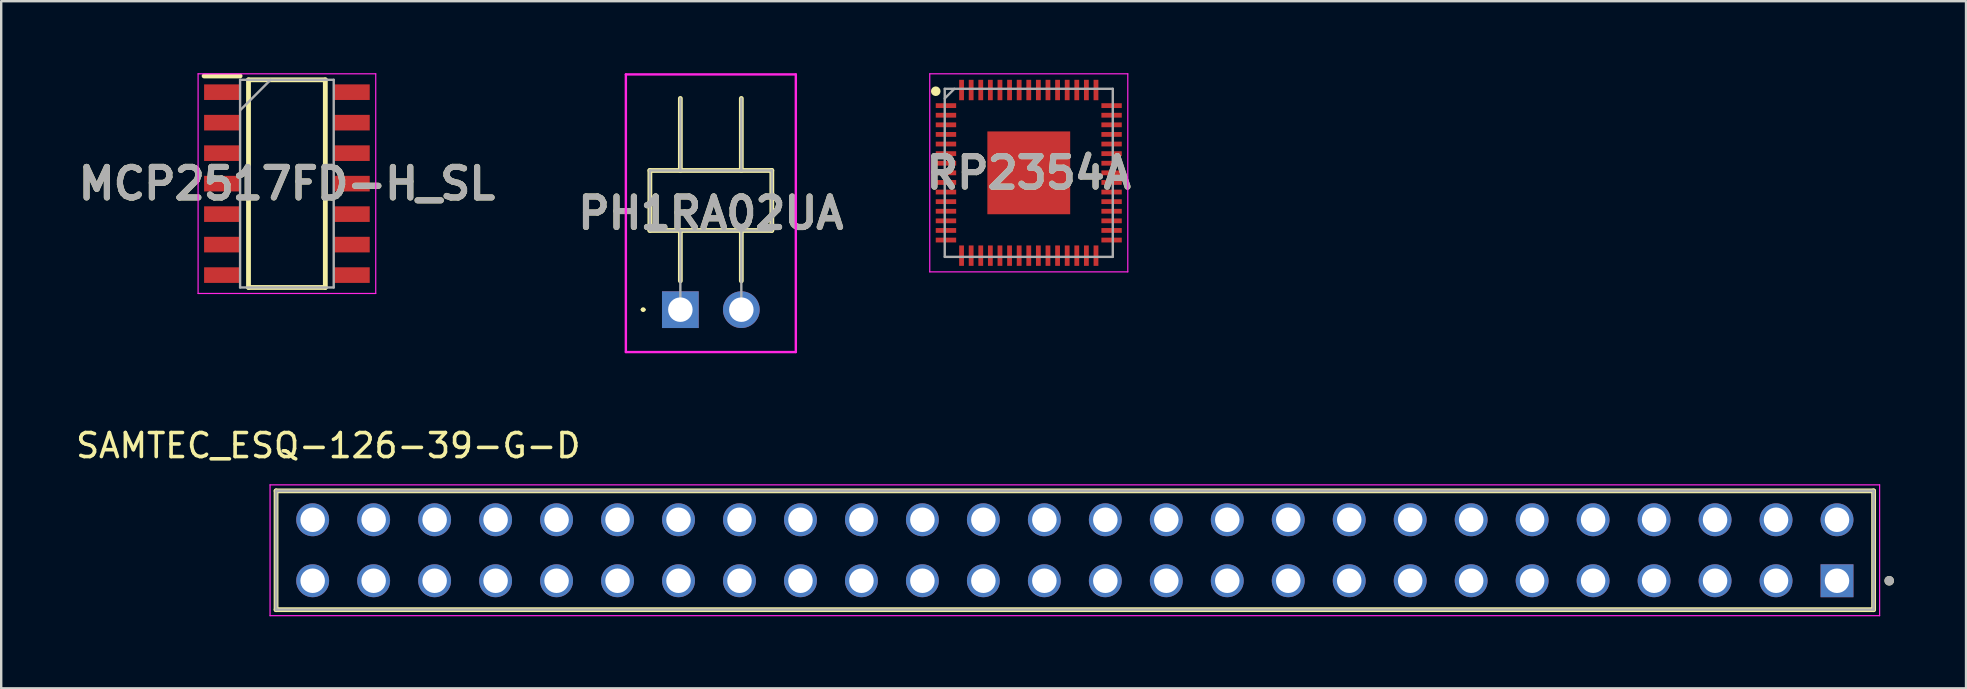
<source format=kicad_pcb>
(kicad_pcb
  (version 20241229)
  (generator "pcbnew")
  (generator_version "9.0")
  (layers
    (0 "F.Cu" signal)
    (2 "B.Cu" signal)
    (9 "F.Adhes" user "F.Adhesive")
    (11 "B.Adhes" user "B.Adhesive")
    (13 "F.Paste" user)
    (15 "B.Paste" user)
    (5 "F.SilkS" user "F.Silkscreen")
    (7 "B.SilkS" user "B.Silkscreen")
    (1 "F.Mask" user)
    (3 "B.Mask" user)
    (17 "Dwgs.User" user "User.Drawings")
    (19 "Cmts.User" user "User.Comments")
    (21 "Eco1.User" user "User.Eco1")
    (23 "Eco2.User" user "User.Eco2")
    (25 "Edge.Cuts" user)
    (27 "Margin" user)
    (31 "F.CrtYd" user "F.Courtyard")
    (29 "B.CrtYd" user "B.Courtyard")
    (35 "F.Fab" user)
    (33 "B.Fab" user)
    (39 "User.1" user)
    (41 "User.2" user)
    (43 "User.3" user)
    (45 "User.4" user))
  (footprint "RP2354A"
    (layer "F.Cu")
    (at 39.806 4.15)
    (property "Reference" "RP2354A" (at 0 0 0) (layer "F.SilkS") (effects (font (size 1.27 1.27) (thickness 0.254))))
    (attr smd)
    (fp_circle (center -3.875 -3.4) (end -3.875 -3.3) (stroke (width 0.2) (type solid)) (fill no) (layer "F.SilkS"))
    (fp_line (start -4.125 -4.125) (end 4.125 -4.125) (stroke (width 0.05) (type solid)) (layer "F.CrtYd"))
    (fp_line (start -4.125 4.125) (end -4.125 -4.125) (stroke (width 0.05) (type solid)) (layer "F.CrtYd"))
    (fp_line (start 4.125 -4.125) (end 4.125 4.125) (stroke (width 0.05) (type solid)) (layer "F.CrtYd"))
    (fp_line (start 4.125 4.125) (end -4.125 4.125) (stroke (width 0.05) (type solid)) (layer "F.CrtYd"))
    (fp_line (start -3.5 -3.5) (end 3.5 -3.5) (stroke (width 0.1) (type solid)) (layer "F.Fab"))
    (fp_line (start -3.5 -3.1) (end -3.1 -3.5) (stroke (width 0.1) (type solid)) (layer "F.Fab"))
    (fp_line (start -3.5 3.5) (end -3.5 -3.5) (stroke (width 0.1) (type solid)) (layer "F.Fab"))
    (fp_line (start 3.5 -3.5) (end 3.5 3.5) (stroke (width 0.1) (type solid)) (layer "F.Fab"))
    (fp_line (start 3.5 3.5) (end -3.5 3.5) (stroke (width 0.1) (type solid)) (layer "F.Fab"))
    (fp_text user "${REFERENCE}" (at 0 0 0) (layer "F.Fab") (effects (font (size 1.27 1.27) (thickness 0.254))))
    (pad "1" smd rect (at -3.45 -2.8 90) (size 0.2 0.85) (layers "F.Cu" "F.Mask" "F.Paste"))
    (pad "2" smd rect (at -3.45 -2.4 90) (size 0.2 0.85) (layers "F.Cu" "F.Mask" "F.Paste"))
    (pad "3" smd rect (at -3.45 -2 90) (size 0.2 0.85) (layers "F.Cu" "F.Mask" "F.Paste"))
    (pad "4" smd rect (at -3.45 -1.6 90) (size 0.2 0.85) (layers "F.Cu" "F.Mask" "F.Paste"))
    (pad "5" smd rect (at -3.45 -1.2 90) (size 0.2 0.85) (layers "F.Cu" "F.Mask" "F.Paste"))
    (pad "6" smd rect (at -3.45 -0.8 90) (size 0.2 0.85) (layers "F.Cu" "F.Mask" "F.Paste"))
    (pad "7" smd rect (at -3.45 -0.4 90) (size 0.2 0.85) (layers "F.Cu" "F.Mask" "F.Paste"))
    (pad "8" smd rect (at -3.45 0 90) (size 0.2 0.85) (layers "F.Cu" "F.Mask" "F.Paste"))
    (pad "9" smd rect (at -3.45 0.4 90) (size 0.2 0.85) (layers "F.Cu" "F.Mask" "F.Paste"))
    (pad "10" smd rect (at -3.45 0.8 90) (size 0.2 0.85) (layers "F.Cu" "F.Mask" "F.Paste"))
    (pad "11" smd rect (at -3.45 1.2 90) (size 0.2 0.85) (layers "F.Cu" "F.Mask" "F.Paste"))
    (pad "12" smd rect (at -3.45 1.6 90) (size 0.2 0.85) (layers "F.Cu" "F.Mask" "F.Paste"))
    (pad "13" smd rect (at -3.45 2 90) (size 0.2 0.85) (layers "F.Cu" "F.Mask" "F.Paste"))
    (pad "14" smd rect (at -3.45 2.4 90) (size 0.2 0.85) (layers "F.Cu" "F.Mask" "F.Paste"))
    (pad "15" smd rect (at -3.45 2.8 90) (size 0.2 0.85) (layers "F.Cu" "F.Mask" "F.Paste"))
    (pad "16" smd rect (at -2.8 3.45) (size 0.2 0.85) (layers "F.Cu" "F.Mask" "F.Paste"))
    (pad "17" smd rect (at -2.4 3.45) (size 0.2 0.85) (layers "F.Cu" "F.Mask" "F.Paste"))
    (pad "18" smd rect (at -2 3.45) (size 0.2 0.85) (layers "F.Cu" "F.Mask" "F.Paste"))
    (pad "19" smd rect (at -1.6 3.45) (size 0.2 0.85) (layers "F.Cu" "F.Mask" "F.Paste"))
    (pad "20" smd rect (at -1.2 3.45) (size 0.2 0.85) (layers "F.Cu" "F.Mask" "F.Paste"))
    (pad "21" smd rect (at -0.8 3.45) (size 0.2 0.85) (layers "F.Cu" "F.Mask" "F.Paste"))
    (pad "22" smd rect (at -0.4 3.45) (size 0.2 0.85) (layers "F.Cu" "F.Mask" "F.Paste"))
    (pad "23" smd rect (at 0 3.45) (size 0.2 0.85) (layers "F.Cu" "F.Mask" "F.Paste"))
    (pad "24" smd rect (at 0.4 3.45) (size 0.2 0.85) (layers "F.Cu" "F.Mask" "F.Paste"))
    (pad "25" smd rect (at 0.8 3.45) (size 0.2 0.85) (layers "F.Cu" "F.Mask" "F.Paste"))
    (pad "26" smd rect (at 1.2 3.45) (size 0.2 0.85) (layers "F.Cu" "F.Mask" "F.Paste"))
    (pad "27" smd rect (at 1.6 3.45) (size 0.2 0.85) (layers "F.Cu" "F.Mask" "F.Paste"))
    (pad "28" smd rect (at 2 3.45) (size 0.2 0.85) (layers "F.Cu" "F.Mask" "F.Paste"))
    (pad "29" smd rect (at 2.4 3.45) (size 0.2 0.85) (layers "F.Cu" "F.Mask" "F.Paste"))
    (pad "30" smd rect (at 2.8 3.45) (size 0.2 0.85) (layers "F.Cu" "F.Mask" "F.Paste"))
    (pad "31" smd rect (at 3.45 2.8 90) (size 0.2 0.85) (layers "F.Cu" "F.Mask" "F.Paste"))
    (pad "32" smd rect (at 3.45 2.4 90) (size 0.2 0.85) (layers "F.Cu" "F.Mask" "F.Paste"))
    (pad "33" smd rect (at 3.45 2 90) (size 0.2 0.85) (layers "F.Cu" "F.Mask" "F.Paste"))
    (pad "34" smd rect (at 3.45 1.6 90) (size 0.2 0.85) (layers "F.Cu" "F.Mask" "F.Paste"))
    (pad "35" smd rect (at 3.45 1.2 90) (size 0.2 0.85) (layers "F.Cu" "F.Mask" "F.Paste"))
    (pad "36" smd rect (at 3.45 0.8 90) (size 0.2 0.85) (layers "F.Cu" "F.Mask" "F.Paste"))
    (pad "37" smd rect (at 3.45 0.4 90) (size 0.2 0.85) (layers "F.Cu" "F.Mask" "F.Paste"))
    (pad "38" smd rect (at 3.45 0 90) (size 0.2 0.85) (layers "F.Cu" "F.Mask" "F.Paste"))
    (pad "39" smd rect (at 3.45 -0.4 90) (size 0.2 0.85) (layers "F.Cu" "F.Mask" "F.Paste"))
    (pad "40" smd rect (at 3.45 -0.8 90) (size 0.2 0.85) (layers "F.Cu" "F.Mask" "F.Paste"))
    (pad "41" smd rect (at 3.45 -1.2 90) (size 0.2 0.85) (layers "F.Cu" "F.Mask" "F.Paste"))
    (pad "42" smd rect (at 3.45 -1.6 90) (size 0.2 0.85) (layers "F.Cu" "F.Mask" "F.Paste"))
    (pad "43" smd rect (at 3.45 -2 90) (size 0.2 0.85) (layers "F.Cu" "F.Mask" "F.Paste"))
    (pad "44" smd rect (at 3.45 -2.4 90) (size 0.2 0.85) (layers "F.Cu" "F.Mask" "F.Paste"))
    (pad "45" smd rect (at 3.45 -2.8 90) (size 0.2 0.85) (layers "F.Cu" "F.Mask" "F.Paste"))
    (pad "46" smd rect (at 2.8 -3.45) (size 0.2 0.85) (layers "F.Cu" "F.Mask" "F.Paste"))
    (pad "47" smd rect (at 2.4 -3.45) (size 0.2 0.85) (layers "F.Cu" "F.Mask" "F.Paste"))
    (pad "48" smd rect (at 2 -3.45) (size 0.2 0.85) (layers "F.Cu" "F.Mask" "F.Paste"))
    (pad "49" smd rect (at 1.6 -3.45) (size 0.2 0.85) (layers "F.Cu" "F.Mask" "F.Paste"))
    (pad "50" smd rect (at 1.2 -3.45) (size 0.2 0.85) (layers "F.Cu" "F.Mask" "F.Paste"))
    (pad "51" smd rect (at 0.8 -3.45) (size 0.2 0.85) (layers "F.Cu" "F.Mask" "F.Paste"))
    (pad "52" smd rect (at 0.4 -3.45) (size 0.2 0.85) (layers "F.Cu" "F.Mask" "F.Paste"))
    (pad "53" smd rect (at 0 -3.45) (size 0.2 0.85) (layers "F.Cu" "F.Mask" "F.Paste"))
    (pad "54" smd rect (at -0.4 -3.45) (size 0.2 0.85) (layers "F.Cu" "F.Mask" "F.Paste"))
    (pad "55" smd rect (at -0.8 -3.45) (size 0.2 0.85) (layers "F.Cu" "F.Mask" "F.Paste"))
    (pad "56" smd rect (at -1.2 -3.45) (size 0.2 0.85) (layers "F.Cu" "F.Mask" "F.Paste"))
    (pad "57" smd rect (at -1.6 -3.45) (size 0.2 0.85) (layers "F.Cu" "F.Mask" "F.Paste"))
    (pad "58" smd rect (at -2 -3.45) (size 0.2 0.85) (layers "F.Cu" "F.Mask" "F.Paste"))
    (pad "59" smd rect (at -2.4 -3.45) (size 0.2 0.85) (layers "F.Cu" "F.Mask" "F.Paste"))
    (pad "60" smd rect (at -2.8 -3.45) (size 0.2 0.85) (layers "F.Cu" "F.Mask" "F.Paste"))
    (pad "61" smd rect (at 0 0) (size 3.45 3.45) (layers "F.Cu" "F.Mask" "F.Paste")))
  (footprint "PH1RA02UA"
    (layer "F.Cu")
    (at 25.292 9.85)
    (property "Reference" "PH1RA02UA" (at 1.27 -4.018 0) (layer "F.SilkS") (effects (font (size 1.27 1.27) (thickness 0.254))))
    (attr through_hole)
    (fp_line (start -1.6 0) (end -1.6 0) (stroke (width 0.1) (type solid)) (layer "F.SilkS"))
    (fp_line (start -1.5 0) (end -1.5 0) (stroke (width 0.1) (type solid)) (layer "F.SilkS"))
    (fp_line (start -1.27 -5.8) (end -1.27 -3.3) (stroke (width 0.2) (type solid)) (layer "F.SilkS"))
    (fp_line (start -1.27 -3.3) (end 3.81 -3.3) (stroke (width 0.2) (type solid)) (layer "F.SilkS"))
    (fp_line (start 0 -5.8) (end 0 -8.8) (stroke (width 0.2) (type solid)) (layer "F.SilkS"))
    (fp_line (start 0 -1.2) (end 0 -3.3) (stroke (width 0.2) (type solid)) (layer "F.SilkS"))
    (fp_line (start 2.54 -5.8) (end 2.54 -8.8) (stroke (width 0.2) (type solid)) (layer "F.SilkS"))
    (fp_line (start 2.54 -1.2) (end 2.54 -3.3) (stroke (width 0.2) (type solid)) (layer "F.SilkS"))
    (fp_line (start 3.81 -5.8) (end -1.27 -5.8) (stroke (width 0.2) (type solid)) (layer "F.SilkS"))
    (fp_line (start 3.81 -3.3) (end 3.81 -5.8) (stroke (width 0.2) (type solid)) (layer "F.SilkS"))
    (fp_arc (start -1.6 0) (mid -1.55 -0.05) (end -1.5 0) (stroke (width 0.1) (type solid)) (layer "F.SilkS"))
    (fp_arc (start -1.5 0) (mid -1.55 0.05) (end -1.6 0) (stroke (width 0.1) (type solid)) (layer "F.SilkS"))
    (fp_line (start -2.27 -9.8) (end -2.27 1.765) (stroke (width 0.1) (type solid)) (layer "F.CrtYd"))
    (fp_line (start -2.27 1.765) (end 4.81 1.765) (stroke (width 0.1) (type solid)) (layer "F.CrtYd"))
    (fp_line (start 4.81 -9.8) (end -2.27 -9.8) (stroke (width 0.1) (type solid)) (layer "F.CrtYd"))
    (fp_line (start 4.81 1.765) (end 4.81 -9.8) (stroke (width 0.1) (type solid)) (layer "F.CrtYd"))
    (fp_line (start -1.27 -5.8) (end 3.81 -5.8) (stroke (width 0.1) (type solid)) (layer "F.Fab"))
    (fp_line (start -1.27 -3.3) (end -1.27 -5.8) (stroke (width 0.1) (type solid)) (layer "F.Fab"))
    (fp_line (start 0 -5.8) (end 0 -8.8) (stroke (width 0.1) (type solid)) (layer "F.Fab"))
    (fp_line (start 0 0) (end 0 -3.3) (stroke (width 0.1) (type solid)) (layer "F.Fab"))
    (fp_line (start 2.54 -5.8) (end 2.54 -8.8) (stroke (width 0.1) (type solid)) (layer "F.Fab"))
    (fp_line (start 2.54 0) (end 2.54 -3.3) (stroke (width 0.1) (type solid)) (layer "F.Fab"))
    (fp_line (start 3.81 -5.8) (end 3.81 -3.3) (stroke (width 0.1) (type solid)) (layer "F.Fab"))
    (fp_line (start 3.81 -3.3) (end -1.27 -3.3) (stroke (width 0.1) (type solid)) (layer "F.Fab"))
    (fp_text user "${REFERENCE}" (at 1.27 -4.018 0) (layer "F.Fab") (effects (font (size 1.27 1.27) (thickness 0.254))))
    (pad "1" thru_hole rect (at 0 0) (size 1.53 1.53) (drill 1.02) (layers "*.Cu" "*.Mask"))
    (pad "2" thru_hole circle (at 2.54 0) (size 1.53 1.53) (drill 1.02) (layers "*.Cu" "*.Mask")))
  (footprint "SAMTEC_ESQ-126-39-G-D"
    (layer "F.Cu")
    (at 73.475 21.143)
    (property "Reference" "SAMTEC_ESQ-126-39-G-D" (at -62.85 -5.63 0) (layer "F.SilkS") (effects (font (size 1 1) (thickness 0.15))))
    (attr through_hole)
    (fp_line (start -65.025 1.205) (end -65.025 -3.745) (stroke (width 0.2) (type solid)) (layer "F.SilkS"))
    (fp_line (start 1.525 -3.745) (end -65.025 -3.745) (stroke (width 0.2) (type solid)) (layer "F.SilkS"))
    (fp_line (start 1.525 -3.745) (end 1.525 1.205) (stroke (width 0.2) (type solid)) (layer "F.SilkS"))
    (fp_line (start 1.525 1.205) (end -65.025 1.205) (stroke (width 0.2) (type solid)) (layer "F.SilkS"))
    (fp_circle (center 2.175 0) (end 2.275 0) (stroke (width 0.2) (type solid)) (fill no) (layer "F.SilkS"))
    (fp_line (start -65.275 -3.995) (end 1.775 -3.995) (stroke (width 0.05) (type solid)) (layer "F.CrtYd"))
    (fp_line (start -65.275 1.455) (end -65.275 -3.995) (stroke (width 0.05) (type solid)) (layer "F.CrtYd"))
    (fp_line (start 1.775 -3.995) (end 1.775 1.455) (stroke (width 0.05) (type solid)) (layer "F.CrtYd"))
    (fp_line (start 1.775 1.455) (end -65.275 1.455) (stroke (width 0.05) (type solid)) (layer "F.CrtYd"))
    (fp_line (start -65.025 -3.745) (end 1.525 -3.745) (stroke (width 0.1) (type solid)) (layer "F.Fab"))
    (fp_line (start -65.025 -3.745) (end 1.525 -3.745) (stroke (width 0.1) (type solid)) (layer "F.Fab"))
    (fp_line (start -65.025 1.205) (end -65.025 -3.745) (stroke (width 0.1) (type solid)) (layer "F.Fab"))
    (fp_line (start -65.025 1.205) (end -65.025 -3.745) (stroke (width 0.1) (type solid)) (layer "F.Fab"))
    (fp_line (start 1.525 -3.745) (end 1.525 1.205) (stroke (width 0.1) (type solid)) (layer "F.Fab"))
    (fp_line (start 1.525 -3.745) (end 1.525 1.205) (stroke (width 0.1) (type solid)) (layer "F.Fab"))
    (fp_line (start 1.525 1.205) (end -65.025 1.205) (stroke (width 0.1) (type solid)) (layer "F.Fab"))
    (fp_circle (center 2.175 0) (end 2.275 0) (stroke (width 0.2) (type solid)) (fill no) (layer "F.Fab"))
    (pad "01" thru_hole rect (at 0 0) (size 1.37 1.37) (drill 1.02) (layers "*.Cu" "*.Mask"))
    (pad "02" thru_hole circle (at 0 -2.54) (size 1.37 1.37) (drill 1.02) (layers "*.Cu" "*.Mask"))
    (pad "03" thru_hole circle (at -2.54 0) (size 1.37 1.37) (drill 1.02) (layers "*.Cu" "*.Mask"))
    (pad "04" thru_hole circle (at -2.54 -2.54) (size 1.37 1.37) (drill 1.02) (layers "*.Cu" "*.Mask"))
    (pad "05" thru_hole circle (at -5.08 0) (size 1.37 1.37) (drill 1.02) (layers "*.Cu" "*.Mask"))
    (pad "06" thru_hole circle (at -5.08 -2.54) (size 1.37 1.37) (drill 1.02) (layers "*.Cu" "*.Mask"))
    (pad "07" thru_hole circle (at -7.62 0) (size 1.37 1.37) (drill 1.02) (layers "*.Cu" "*.Mask"))
    (pad "08" thru_hole circle (at -7.62 -2.54) (size 1.37 1.37) (drill 1.02) (layers "*.Cu" "*.Mask"))
    (pad "09" thru_hole circle (at -10.16 0) (size 1.37 1.37) (drill 1.02) (layers "*.Cu" "*.Mask"))
    (pad "10" thru_hole circle (at -10.16 -2.54) (size 1.37 1.37) (drill 1.02) (layers "*.Cu" "*.Mask"))
    (pad "11" thru_hole circle (at -12.7 0) (size 1.37 1.37) (drill 1.02) (layers "*.Cu" "*.Mask"))
    (pad "12" thru_hole circle (at -12.7 -2.54) (size 1.37 1.37) (drill 1.02) (layers "*.Cu" "*.Mask"))
    (pad "13" thru_hole circle (at -15.24 0) (size 1.37 1.37) (drill 1.02) (layers "*.Cu" "*.Mask"))
    (pad "14" thru_hole circle (at -15.24 -2.54) (size 1.37 1.37) (drill 1.02) (layers "*.Cu" "*.Mask"))
    (pad "15" thru_hole circle (at -17.78 0) (size 1.37 1.37) (drill 1.02) (layers "*.Cu" "*.Mask"))
    (pad "16" thru_hole circle (at -17.78 -2.54) (size 1.37 1.37) (drill 1.02) (layers "*.Cu" "*.Mask"))
    (pad "17" thru_hole circle (at -20.32 0) (size 1.37 1.37) (drill 1.02) (layers "*.Cu" "*.Mask"))
    (pad "18" thru_hole circle (at -20.32 -2.54) (size 1.37 1.37) (drill 1.02) (layers "*.Cu" "*.Mask"))
    (pad "19" thru_hole circle (at -22.86 0) (size 1.37 1.37) (drill 1.02) (layers "*.Cu" "*.Mask"))
    (pad "20" thru_hole circle (at -22.86 -2.54) (size 1.37 1.37) (drill 1.02) (layers "*.Cu" "*.Mask"))
    (pad "21" thru_hole circle (at -25.4 0) (size 1.37 1.37) (drill 1.02) (layers "*.Cu" "*.Mask"))
    (pad "22" thru_hole circle (at -25.4 -2.54) (size 1.37 1.37) (drill 1.02) (layers "*.Cu" "*.Mask"))
    (pad "23" thru_hole circle (at -27.94 0) (size 1.37 1.37) (drill 1.02) (layers "*.Cu" "*.Mask"))
    (pad "24" thru_hole circle (at -27.94 -2.54) (size 1.37 1.37) (drill 1.02) (layers "*.Cu" "*.Mask"))
    (pad "25" thru_hole circle (at -30.48 0) (size 1.37 1.37) (drill 1.02) (layers "*.Cu" "*.Mask"))
    (pad "26" thru_hole circle (at -30.48 -2.54) (size 1.37 1.37) (drill 1.02) (layers "*.Cu" "*.Mask"))
    (pad "27" thru_hole circle (at -33.02 0) (size 1.37 1.37) (drill 1.02) (layers "*.Cu" "*.Mask"))
    (pad "28" thru_hole circle (at -33.02 -2.54) (size 1.37 1.37) (drill 1.02) (layers "*.Cu" "*.Mask"))
    (pad "29" thru_hole circle (at -35.56 0) (size 1.37 1.37) (drill 1.02) (layers "*.Cu" "*.Mask"))
    (pad "30" thru_hole circle (at -35.56 -2.54) (size 1.37 1.37) (drill 1.02) (layers "*.Cu" "*.Mask"))
    (pad "31" thru_hole circle (at -38.1 0) (size 1.37 1.37) (drill 1.02) (layers "*.Cu" "*.Mask"))
    (pad "32" thru_hole circle (at -38.1 -2.54) (size 1.37 1.37) (drill 1.02) (layers "*.Cu" "*.Mask"))
    (pad "33" thru_hole circle (at -40.64 0) (size 1.37 1.37) (drill 1.02) (layers "*.Cu" "*.Mask"))
    (pad "34" thru_hole circle (at -40.64 -2.54) (size 1.37 1.37) (drill 1.02) (layers "*.Cu" "*.Mask"))
    (pad "35" thru_hole circle (at -43.18 0) (size 1.37 1.37) (drill 1.02) (layers "*.Cu" "*.Mask"))
    (pad "36" thru_hole circle (at -43.18 -2.54) (size 1.37 1.37) (drill 1.02) (layers "*.Cu" "*.Mask"))
    (pad "37" thru_hole circle (at -45.72 0) (size 1.37 1.37) (drill 1.02) (layers "*.Cu" "*.Mask"))
    (pad "38" thru_hole circle (at -45.72 -2.54) (size 1.37 1.37) (drill 1.02) (layers "*.Cu" "*.Mask"))
    (pad "39" thru_hole circle (at -48.26 0) (size 1.37 1.37) (drill 1.02) (layers "*.Cu" "*.Mask"))
    (pad "40" thru_hole circle (at -48.26 -2.54) (size 1.37 1.37) (drill 1.02) (layers "*.Cu" "*.Mask"))
    (pad "41" thru_hole circle (at -50.8 0) (size 1.37 1.37) (drill 1.02) (layers "*.Cu" "*.Mask"))
    (pad "42" thru_hole circle (at -50.8 -2.54) (size 1.37 1.37) (drill 1.02) (layers "*.Cu" "*.Mask"))
    (pad "43" thru_hole circle (at -53.34 0) (size 1.37 1.37) (drill 1.02) (layers "*.Cu" "*.Mask"))
    (pad "44" thru_hole circle (at -53.34 -2.54) (size 1.37 1.37) (drill 1.02) (layers "*.Cu" "*.Mask"))
    (pad "45" thru_hole circle (at -55.88 0) (size 1.37 1.37) (drill 1.02) (layers "*.Cu" "*.Mask"))
    (pad "46" thru_hole circle (at -55.88 -2.54) (size 1.37 1.37) (drill 1.02) (layers "*.Cu" "*.Mask"))
    (pad "47" thru_hole circle (at -58.42 0) (size 1.37 1.37) (drill 1.02) (layers "*.Cu" "*.Mask"))
    (pad "48" thru_hole circle (at -58.42 -2.54) (size 1.37 1.37) (drill 1.02) (layers "*.Cu" "*.Mask"))
    (pad "49" thru_hole circle (at -60.96 0) (size 1.37 1.37) (drill 1.02) (layers "*.Cu" "*.Mask"))
    (pad "50" thru_hole circle (at -60.96 -2.54) (size 1.37 1.37) (drill 1.02) (layers "*.Cu" "*.Mask"))
    (pad "51" thru_hole circle (at -63.5 0) (size 1.37 1.37) (drill 1.02) (layers "*.Cu" "*.Mask"))
    (pad "52" thru_hole circle (at -63.5 -2.54) (size 1.37 1.37) (drill 1.02) (layers "*.Cu" "*.Mask")))
  (footprint "MCP2517FD-H_SL"
    (layer "F.Cu")
    (at 8.902 4.6)
    (property "Reference" "MCP2517FD-H_SL" (at 0 0 0) (layer "F.SilkS") (effects (font (size 1.27 1.27) (thickness 0.254))))
    (attr smd)
    (fp_line (start -3.45 -4.485) (end -1.95 -4.485) (stroke (width 0.2) (type solid)) (layer "F.SilkS"))
    (fp_line (start -1.6 -4.325) (end 1.6 -4.325) (stroke (width 0.2) (type solid)) (layer "F.SilkS"))
    (fp_line (start -1.6 4.325) (end -1.6 -4.325) (stroke (width 0.2) (type solid)) (layer "F.SilkS"))
    (fp_line (start 1.6 -4.325) (end 1.6 4.325) (stroke (width 0.2) (type solid)) (layer "F.SilkS"))
    (fp_line (start 1.6 4.325) (end -1.6 4.325) (stroke (width 0.2) (type solid)) (layer "F.SilkS"))
    (fp_line (start -3.7 -4.575) (end 3.7 -4.575) (stroke (width 0.05) (type solid)) (layer "F.CrtYd"))
    (fp_line (start -3.7 4.575) (end -3.7 -4.575) (stroke (width 0.05) (type solid)) (layer "F.CrtYd"))
    (fp_line (start 3.7 -4.575) (end 3.7 4.575) (stroke (width 0.05) (type solid)) (layer "F.CrtYd"))
    (fp_line (start 3.7 4.575) (end -3.7 4.575) (stroke (width 0.05) (type solid)) (layer "F.CrtYd"))
    (fp_line (start -1.95 -4.325) (end 1.95 -4.325) (stroke (width 0.1) (type solid)) (layer "F.Fab"))
    (fp_line (start -1.95 -3.055) (end -0.68 -4.325) (stroke (width 0.1) (type solid)) (layer "F.Fab"))
    (fp_line (start -1.95 4.325) (end -1.95 -4.325) (stroke (width 0.1) (type solid)) (layer "F.Fab"))
    (fp_line (start 1.95 -4.325) (end 1.95 4.325) (stroke (width 0.1) (type solid)) (layer "F.Fab"))
    (fp_line (start 1.95 4.325) (end -1.95 4.325) (stroke (width 0.1) (type solid)) (layer "F.Fab"))
    (fp_text user "${REFERENCE}" (at 0 0 0) (layer "F.Fab") (effects (font (size 1.27 1.27) (thickness 0.254))))
    (pad "1" smd rect (at -2.7 -3.81 90) (size 0.65 1.5) (layers "F.Cu" "F.Mask" "F.Paste"))
    (pad "2" smd rect (at -2.7 -2.54 90) (size 0.65 1.5) (layers "F.Cu" "F.Mask" "F.Paste"))
    (pad "3" smd rect (at -2.7 -1.27 90) (size 0.65 1.5) (layers "F.Cu" "F.Mask" "F.Paste"))
    (pad "4" smd rect (at -2.7 0 90) (size 0.65 1.5) (layers "F.Cu" "F.Mask" "F.Paste"))
    (pad "5" smd rect (at -2.7 1.27 90) (size 0.65 1.5) (layers "F.Cu" "F.Mask" "F.Paste"))
    (pad "6" smd rect (at -2.7 2.54 90) (size 0.65 1.5) (layers "F.Cu" "F.Mask" "F.Paste"))
    (pad "7" smd rect (at -2.7 3.81 90) (size 0.65 1.5) (layers "F.Cu" "F.Mask" "F.Paste"))
    (pad "8" smd rect (at 2.7 3.81 90) (size 0.65 1.5) (layers "F.Cu" "F.Mask" "F.Paste"))
    (pad "9" smd rect (at 2.7 2.54 90) (size 0.65 1.5) (layers "F.Cu" "F.Mask" "F.Paste"))
    (pad "10" smd rect (at 2.7 1.27 90) (size 0.65 1.5) (layers "F.Cu" "F.Mask" "F.Paste"))
    (pad "11" smd rect (at 2.7 0 90) (size 0.65 1.5) (layers "F.Cu" "F.Mask" "F.Paste"))
    (pad "12" smd rect (at 2.7 -1.27 90) (size 0.65 1.5) (layers "F.Cu" "F.Mask" "F.Paste"))
    (pad "13" smd rect (at 2.7 -2.54 90) (size 0.65 1.5) (layers "F.Cu" "F.Mask" "F.Paste"))
    (pad "14" smd rect (at 2.7 -3.81 90) (size 0.65 1.5) (layers "F.Cu" "F.Mask" "F.Paste")))
  (gr_rect
    (start -3 -3)
    (end 78.85 25.623)
    (stroke (width 0.1) (type default))
    (fill no)
    (layer "Edge.Cuts")))
</source>
